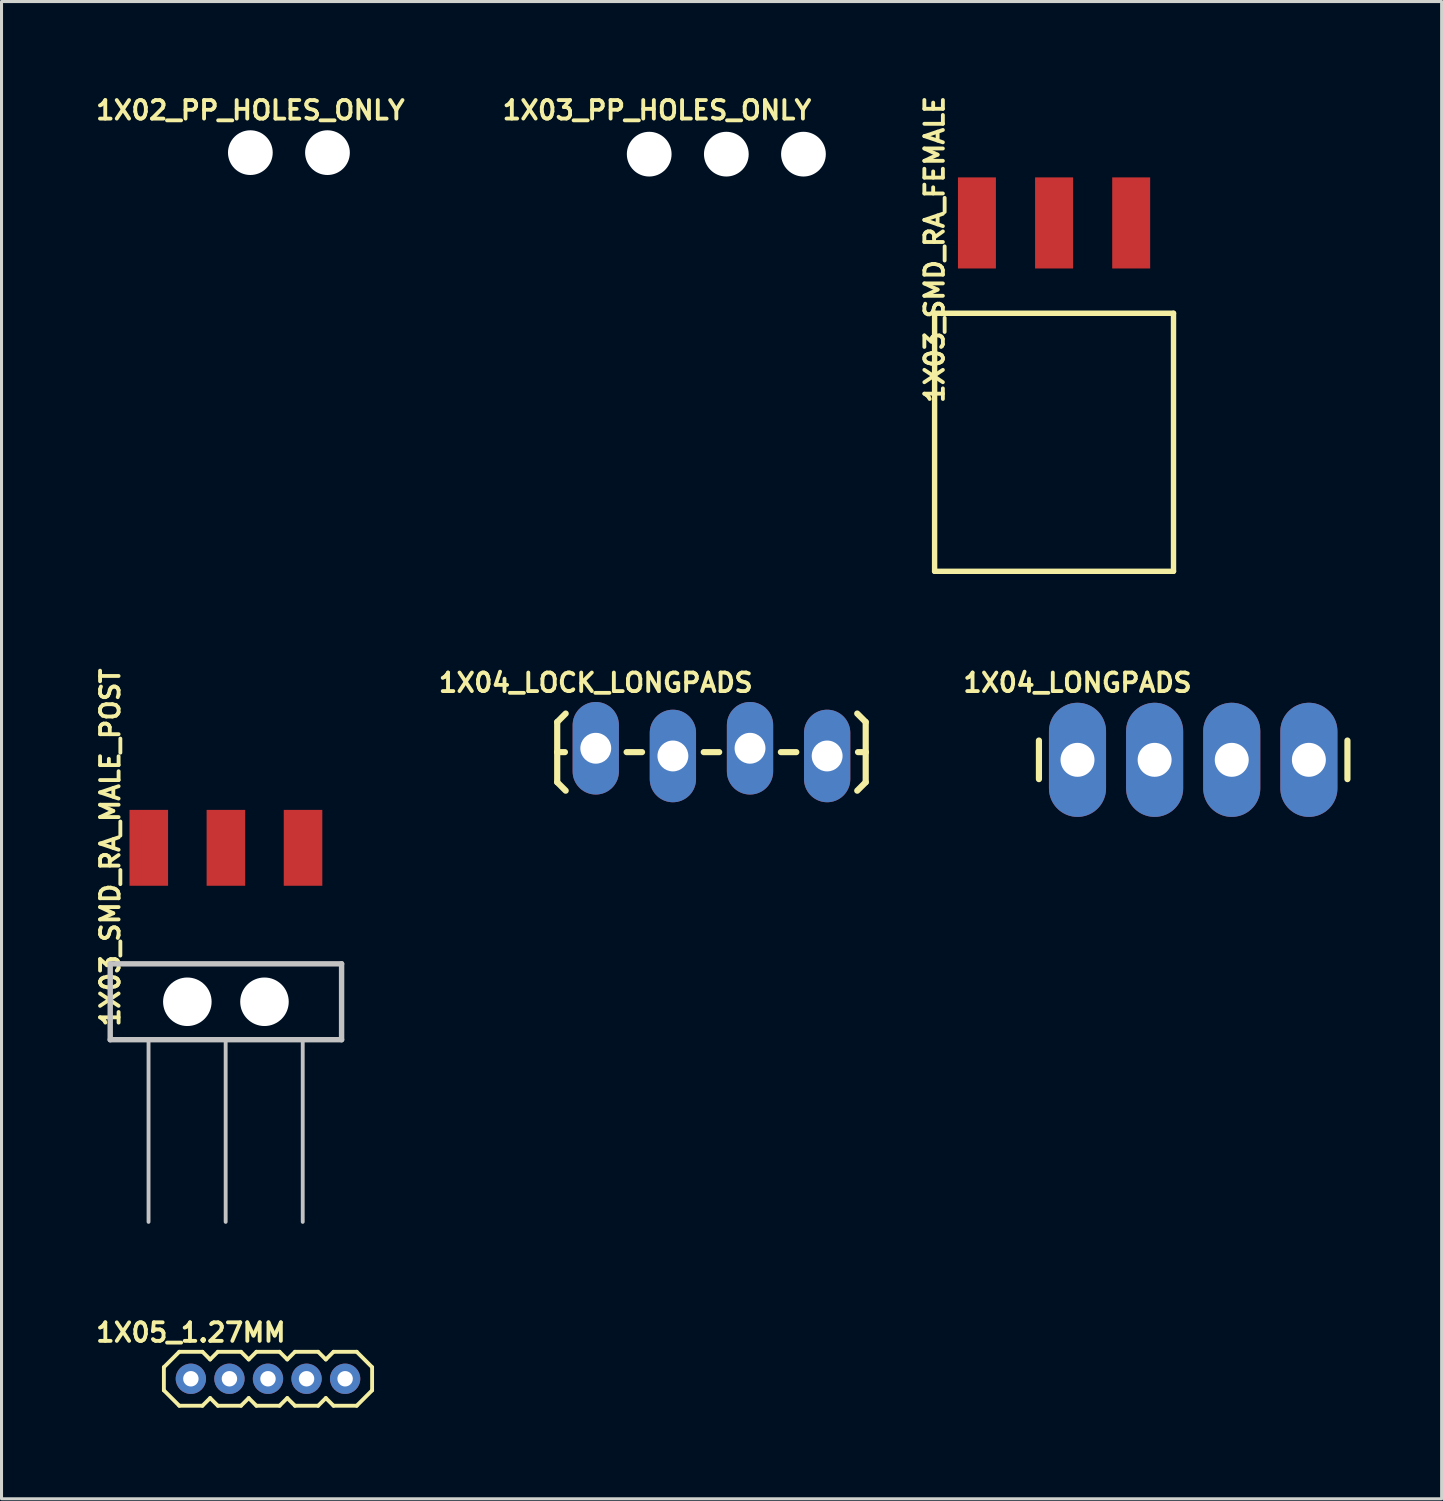
<source format=kicad_pcb>
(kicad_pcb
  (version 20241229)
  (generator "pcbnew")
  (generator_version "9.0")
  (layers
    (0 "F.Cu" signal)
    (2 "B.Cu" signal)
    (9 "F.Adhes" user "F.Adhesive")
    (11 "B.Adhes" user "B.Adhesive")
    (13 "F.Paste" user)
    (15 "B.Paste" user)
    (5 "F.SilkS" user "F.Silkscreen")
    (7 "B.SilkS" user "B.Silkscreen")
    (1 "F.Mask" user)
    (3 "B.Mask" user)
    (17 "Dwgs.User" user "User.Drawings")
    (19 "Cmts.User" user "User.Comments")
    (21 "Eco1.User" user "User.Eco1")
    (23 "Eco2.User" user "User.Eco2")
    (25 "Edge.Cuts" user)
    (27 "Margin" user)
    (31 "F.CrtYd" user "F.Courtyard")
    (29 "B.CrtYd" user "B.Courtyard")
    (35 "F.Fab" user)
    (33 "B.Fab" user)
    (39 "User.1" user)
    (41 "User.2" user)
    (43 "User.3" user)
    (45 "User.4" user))
  (footprint "1X04_LONGPADS"
    (layer "F.Cu")
    (at 32.436 21.974)
    (property "Reference" "1X04_LONGPADS" (at 0 -2.54 0) (layer "F.SilkS") (effects (font (size 0.61 0.61) (thickness 0.127))))
    (attr exclude_from_pos_files exclude_from_bom)
    (fp_line (start -1.27 -0.635) (end -1.27 0.635) (stroke (width 0.203) (type solid)) (layer "F.SilkS"))
    (fp_line (start 8.89 -0.635) (end 8.89 0.635) (stroke (width 0.203) (type solid)) (layer "F.SilkS"))
    (pad "1" thru_hole oval (at 0 0 180) (size 1.88 3.759) (drill 1.118) (layers "*.Cu" "*.Mask"))
    (pad "2" thru_hole oval (at 2.54 0 180) (size 1.88 3.759) (drill 1.118) (layers "*.Cu" "*.Mask"))
    (pad "3" thru_hole oval (at 5.08 0 180) (size 1.88 3.759) (drill 1.118) (layers "*.Cu" "*.Mask"))
    (pad "4" thru_hole oval (at 7.62 0 180) (size 1.88 3.759) (drill 1.118) (layers "*.Cu" "*.Mask")))
  (footprint "1X05_1.27MM"
    (layer "F.Cu")
    (at 3.236 42.358)
    (property "Reference" "1X05_1.27MM" (at 0 -1.524 0) (layer "F.SilkS") (effects (font (size 0.61 0.61) (thickness 0.127))))
    (attr exclude_from_pos_files exclude_from_bom)
    (fp_line (start -0.889 -0.381) (end -0.889 0.381) (stroke (width 0.127) (type solid)) (layer "F.SilkS"))
    (fp_line (start -0.889 0.381) (end -0.381 0.889) (stroke (width 0.127) (type solid)) (layer "F.SilkS"))
    (fp_line (start -0.381 -0.889) (end -0.889 -0.381) (stroke (width 0.127) (type solid)) (layer "F.SilkS"))
    (fp_line (start -0.381 0.889) (end 0.381 0.889) (stroke (width 0.127) (type solid)) (layer "F.SilkS"))
    (fp_line (start 0.381 -0.889) (end -0.381 -0.889) (stroke (width 0.127) (type solid)) (layer "F.SilkS"))
    (fp_line (start 0.381 0.889) (end 0.635 0.635) (stroke (width 0.127) (type solid)) (layer "F.SilkS"))
    (fp_line (start 0.635 -0.635) (end 0.381 -0.889) (stroke (width 0.127) (type solid)) (layer "F.SilkS"))
    (fp_line (start 0.635 0.635) (end 0.889 0.889) (stroke (width 0.127) (type solid)) (layer "F.SilkS"))
    (fp_line (start 0.889 -0.889) (end 0.635 -0.635) (stroke (width 0.127) (type solid)) (layer "F.SilkS"))
    (fp_line (start 0.889 0.889) (end 1.651 0.889) (stroke (width 0.127) (type solid)) (layer "F.SilkS"))
    (fp_line (start 1.651 -0.889) (end 0.889 -0.889) (stroke (width 0.127) (type solid)) (layer "F.SilkS"))
    (fp_line (start 1.651 0.889) (end 1.905 0.635) (stroke (width 0.127) (type solid)) (layer "F.SilkS"))
    (fp_line (start 1.905 -0.635) (end 1.651 -0.889) (stroke (width 0.127) (type solid)) (layer "F.SilkS"))
    (fp_line (start 1.905 0.635) (end 2.159 0.889) (stroke (width 0.127) (type solid)) (layer "F.SilkS"))
    (fp_line (start 2.159 -0.889) (end 1.905 -0.635) (stroke (width 0.127) (type solid)) (layer "F.SilkS"))
    (fp_line (start 2.159 0.889) (end 2.921 0.889) (stroke (width 0.127) (type solid)) (layer "F.SilkS"))
    (fp_line (start 2.921 -0.889) (end 2.159 -0.889) (stroke (width 0.127) (type solid)) (layer "F.SilkS"))
    (fp_line (start 2.921 0.889) (end 3.175 0.635) (stroke (width 0.127) (type solid)) (layer "F.SilkS"))
    (fp_line (start 3.175 -0.635) (end 2.921 -0.889) (stroke (width 0.127) (type solid)) (layer "F.SilkS"))
    (fp_line (start 3.175 0.635) (end 3.429 0.889) (stroke (width 0.127) (type solid)) (layer "F.SilkS"))
    (fp_line (start 3.429 -0.889) (end 3.175 -0.635) (stroke (width 0.127) (type solid)) (layer "F.SilkS"))
    (fp_line (start 3.429 0.889) (end 4.191 0.889) (stroke (width 0.127) (type solid)) (layer "F.SilkS"))
    (fp_line (start 4.191 -0.889) (end 3.429 -0.889) (stroke (width 0.127) (type solid)) (layer "F.SilkS"))
    (fp_line (start 4.191 0.889) (end 4.445 0.635) (stroke (width 0.127) (type solid)) (layer "F.SilkS"))
    (fp_line (start 4.445 -0.635) (end 4.191 -0.889) (stroke (width 0.127) (type solid)) (layer "F.SilkS"))
    (fp_line (start 4.445 0.635) (end 4.699 0.889) (stroke (width 0.127) (type solid)) (layer "F.SilkS"))
    (fp_line (start 4.699 -0.889) (end 4.445 -0.635) (stroke (width 0.127) (type solid)) (layer "F.SilkS"))
    (fp_line (start 4.699 0.889) (end 5.461 0.889) (stroke (width 0.127) (type solid)) (layer "F.SilkS"))
    (fp_line (start 5.461 -0.889) (end 4.699 -0.889) (stroke (width 0.127) (type solid)) (layer "F.SilkS"))
    (fp_line (start 5.461 -0.889) (end 5.969 -0.381) (stroke (width 0.127) (type solid)) (layer "F.SilkS"))
    (fp_line (start 5.969 -0.381) (end 5.969 0.381) (stroke (width 0.127) (type solid)) (layer "F.SilkS"))
    (fp_line (start 5.969 0.381) (end 5.461 0.889) (stroke (width 0.127) (type solid)) (layer "F.SilkS"))
    (pad "1" thru_hole circle (at 0 0) (size 0.998 0.998) (drill 0.508) (layers "*.Cu" "*.Mask"))
    (pad "2" thru_hole circle (at 1.27 0) (size 0.998 0.998) (drill 0.508) (layers "*.Cu" "*.Mask"))
    (pad "3" thru_hole circle (at 2.54 0) (size 0.998 0.998) (drill 0.508) (layers "*.Cu" "*.Mask"))
    (pad "4" thru_hole circle (at 3.81 0) (size 0.998 0.998) (drill 0.508) (layers "*.Cu" "*.Mask"))
    (pad "5" thru_hole circle (at 5.08 0) (size 0.998 0.998) (drill 0.508) (layers "*.Cu" "*.Mask")))
  (footprint "1X02_PP_HOLES_ONLY"
    (layer "F.Cu")
    (at 5.195 1.977)
    (property "Reference" "1X02_PP_HOLES_ONLY" (at 0 -1.397 0) (layer "F.SilkS") (effects (font (size 0.61 0.61) (thickness 0.127))))
    (attr exclude_from_pos_files exclude_from_bom)
    (fp_circle (center 0 0) (end 0 -0.635) (stroke (width 0.127) (type solid)) (fill no) (layer "Dwgs.User"))
    (fp_circle (center 2.54 0) (end 2.54 -0.635) (stroke (width 0.127) (type solid)) (fill no) (layer "Dwgs.User"))
    (pad "" np_thru_hole circle (at 0 0) (size 1.473 1.473) (drill 1.473) (layers "*.Cu" "*.Mask"))
    (pad "" np_thru_hole circle (at 2.54 0) (size 1.473 1.473) (drill 1.473) (layers "*.Cu" "*.Mask"))
    (pad "1" thru_hole circle (at 0 0) (size 0.813 0.813) (drill 0.889) (layers "*.Cu" "*.Mask"))
    (pad "2" thru_hole circle (at 2.54 0) (size 0.813 0.813) (drill 0.889) (layers "*.Cu" "*.Mask")))
  (footprint "1X04_LOCK_LONGPADS"
    (layer "F.Cu")
    (at 16.571 21.593)
    (property "Reference" "1X04_LOCK_LONGPADS" (at 0 -2.159 0) (layer "F.SilkS") (effects (font (size 0.61 0.61) (thickness 0.127))))
    (attr exclude_from_pos_files exclude_from_bom)
    (fp_line (start -1.27 -0.864) (end -0.991 -1.143) (stroke (width 0.203) (type solid)) (layer "F.SilkS"))
    (fp_line (start -1.27 0.127) (end -1.27 -0.864) (stroke (width 0.203) (type solid)) (layer "F.SilkS"))
    (fp_line (start -1.27 0.127) (end -1.27 1.118) (stroke (width 0.203) (type solid)) (layer "F.SilkS"))
    (fp_line (start -1.27 0.127) (end -1.016 0.127) (stroke (width 0.203) (type solid)) (layer "F.SilkS"))
    (fp_line (start -1.27 1.118) (end -0.991 1.397) (stroke (width 0.203) (type solid)) (layer "F.SilkS"))
    (fp_line (start 1.524 0.127) (end 1.016 0.127) (stroke (width 0.203) (type solid)) (layer "F.SilkS"))
    (fp_line (start 4.064 0.127) (end 3.556 0.127) (stroke (width 0.203) (type solid)) (layer "F.SilkS"))
    (fp_line (start 6.604 0.127) (end 6.096 0.127) (stroke (width 0.203) (type solid)) (layer "F.SilkS"))
    (fp_line (start 8.89 -0.864) (end 8.611 -1.143) (stroke (width 0.203) (type solid)) (layer "F.SilkS"))
    (fp_line (start 8.89 0.127) (end 8.636 0.127) (stroke (width 0.203) (type solid)) (layer "F.SilkS"))
    (fp_line (start 8.89 0.127) (end 8.89 -0.864) (stroke (width 0.203) (type solid)) (layer "F.SilkS"))
    (fp_line (start 8.89 0.127) (end 8.89 1.118) (stroke (width 0.203) (type solid)) (layer "F.SilkS"))
    (fp_line (start 8.89 1.118) (end 8.611 1.397) (stroke (width 0.203) (type solid)) (layer "F.SilkS"))
    (pad "1" thru_hole oval (at 0 0 180) (size 1.524 3.048) (drill 1.016) (layers "*.Cu" "*.Mask"))
    (pad "2" thru_hole oval (at 2.54 0.254 180) (size 1.524 3.048) (drill 1.016) (layers "*.Cu" "*.Mask"))
    (pad "3" thru_hole oval (at 5.08 0 180) (size 1.524 3.048) (drill 1.016) (layers "*.Cu" "*.Mask"))
    (pad "4" thru_hole oval (at 7.62 0.254 180) (size 1.524 3.048) (drill 1.016) (layers "*.Cu" "*.Mask")))
  (footprint "1X03_SMD_RA_MALE_POST"
    (layer "F.Cu")
    (at 4.39 29.942)
    (property "Reference" "1X03_SMD_RA_MALE_POST" (at -3.81 -5.08 90) (layer "F.SilkS") (effects (font (size 0.61 0.61) (thickness 0.127))))
    (attr smd)
    (fp_line (start -3.81 -1.25) (end -3.81 1.25) (stroke (width 0.178) (type solid)) (layer "Dwgs.User"))
    (fp_line (start -2.548 1.25) (end -3.81 1.25) (stroke (width 0.178) (type solid)) (layer "Dwgs.User"))
    (fp_line (start -2.548 1.25) (end -2.548 7.249) (stroke (width 0.127) (type solid)) (layer "Dwgs.User"))
    (fp_line (start -0.008 1.25) (end -2.548 1.25) (stroke (width 0.178) (type solid)) (layer "Dwgs.User"))
    (fp_line (start -0.008 1.25) (end -0.008 7.249) (stroke (width 0.127) (type solid)) (layer "Dwgs.User"))
    (fp_line (start 2.53 1.25) (end -0.008 1.25) (stroke (width 0.178) (type solid)) (layer "Dwgs.User"))
    (fp_line (start 2.53 1.25) (end 2.53 7.249) (stroke (width 0.127) (type solid)) (layer "Dwgs.User"))
    (fp_line (start 3.81 -1.25) (end -3.81 -1.25) (stroke (width 0.178) (type solid)) (layer "Dwgs.User"))
    (fp_line (start 3.81 1.25) (end 2.53 1.25) (stroke (width 0.178) (type solid)) (layer "Dwgs.User"))
    (fp_line (start 3.81 1.25) (end 3.81 -1.25) (stroke (width 0.178) (type solid)) (layer "Dwgs.User"))
    (pad "" np_thru_hole circle (at -1.27 0) (size 1.598 1.598) (drill 1.598) (layers "*.Cu" "*.Mask"))
    (pad "" np_thru_hole circle (at 1.27 0) (size 1.598 1.598) (drill 1.598) (layers "*.Cu" "*.Mask"))
    (pad "1" smd rect (at -2.54 -5.07 90) (size 2.499 1.27) (layers "F.Cu" "F.Mask" "F.Paste"))
    (pad "2" smd rect (at 0 -5.07 90) (size 2.499 1.27) (layers "F.Cu" "F.Mask" "F.Paste"))
    (pad "3" smd rect (at 2.54 -5.07 90) (size 2.499 1.27) (layers "F.Cu" "F.Mask" "F.Paste")))
  (footprint "1X03_PP_HOLES_ONLY"
    (layer "F.Cu")
    (at 18.331 2.027)
    (property "Reference" "1X03_PP_HOLES_ONLY" (at 0.254 -1.448 0) (layer "F.SilkS") (effects (font (size 0.61 0.61) (thickness 0.127))))
    (attr exclude_from_pos_files exclude_from_bom)
    (fp_circle (center 0 0) (end 0 -0.635) (stroke (width 0.127) (type solid)) (fill no) (layer "Dwgs.User"))
    (fp_circle (center 2.54 0) (end 2.54 -0.635) (stroke (width 0.127) (type solid)) (fill no) (layer "Dwgs.User"))
    (fp_circle (center 5.08 0) (end 5.08 -0.635) (stroke (width 0.127) (type solid)) (fill no) (layer "Dwgs.User"))
    (pad "" np_thru_hole circle (at 0 0) (size 1.473 1.473) (drill 1.473) (layers "*.Cu" "*.Mask"))
    (pad "" np_thru_hole circle (at 2.54 0) (size 1.473 1.473) (drill 1.473) (layers "*.Cu" "*.Mask"))
    (pad "" np_thru_hole circle (at 5.08 0) (size 1.473 1.473) (drill 1.473) (layers "*.Cu" "*.Mask"))
    (pad "1" thru_hole circle (at 0 0) (size 0.813 0.813) (drill 0.899) (layers "*.Cu" "*.Mask"))
    (pad "2" thru_hole circle (at 2.54 0) (size 0.813 0.813) (drill 0.899) (layers "*.Cu" "*.Mask"))
    (pad "3" thru_hole circle (at 5.08 0) (size 0.813 0.813) (drill 0.899) (layers "*.Cu" "*.Mask")))
  (footprint "1X03_SMD_RA_FEMALE"
    (layer "F.Cu")
    (at 31.664 11.516)
    (property "Reference" "1X03_SMD_RA_FEMALE" (at -3.937 -6.35 90) (layer "F.SilkS") (effects (font (size 0.61 0.61) (thickness 0.127))))
    (attr smd)
    (fp_line (start -3.934 -4.249) (end -3.934 4.249) (stroke (width 0.178) (type solid)) (layer "F.SilkS"))
    (fp_line (start -3.934 4.249) (end 3.934 4.249) (stroke (width 0.178) (type solid)) (layer "F.SilkS"))
    (fp_line (start 3.934 -4.249) (end -3.934 -4.249) (stroke (width 0.178) (type solid)) (layer "F.SilkS"))
    (fp_line (start 3.934 4.249) (end 3.934 -4.249) (stroke (width 0.178) (type solid)) (layer "F.SilkS"))
    (pad "1" smd rect (at -2.54 -7.224 180) (size 1.25 3) (layers "F.Cu" "F.Mask" "F.Paste"))
    (pad "2" smd rect (at 0 -7.224 180) (size 1.25 3) (layers "F.Cu" "F.Mask" "F.Paste"))
    (pad "3" smd rect (at 2.54 -7.224 180) (size 1.25 3) (layers "F.Cu" "F.Mask" "F.Paste")))
  (gr_rect
    (start -3 -3)
    (end 44.428 46.311)
    (stroke (width 0.1) (type default))
    (fill no)
    (layer "Edge.Cuts")))
</source>
